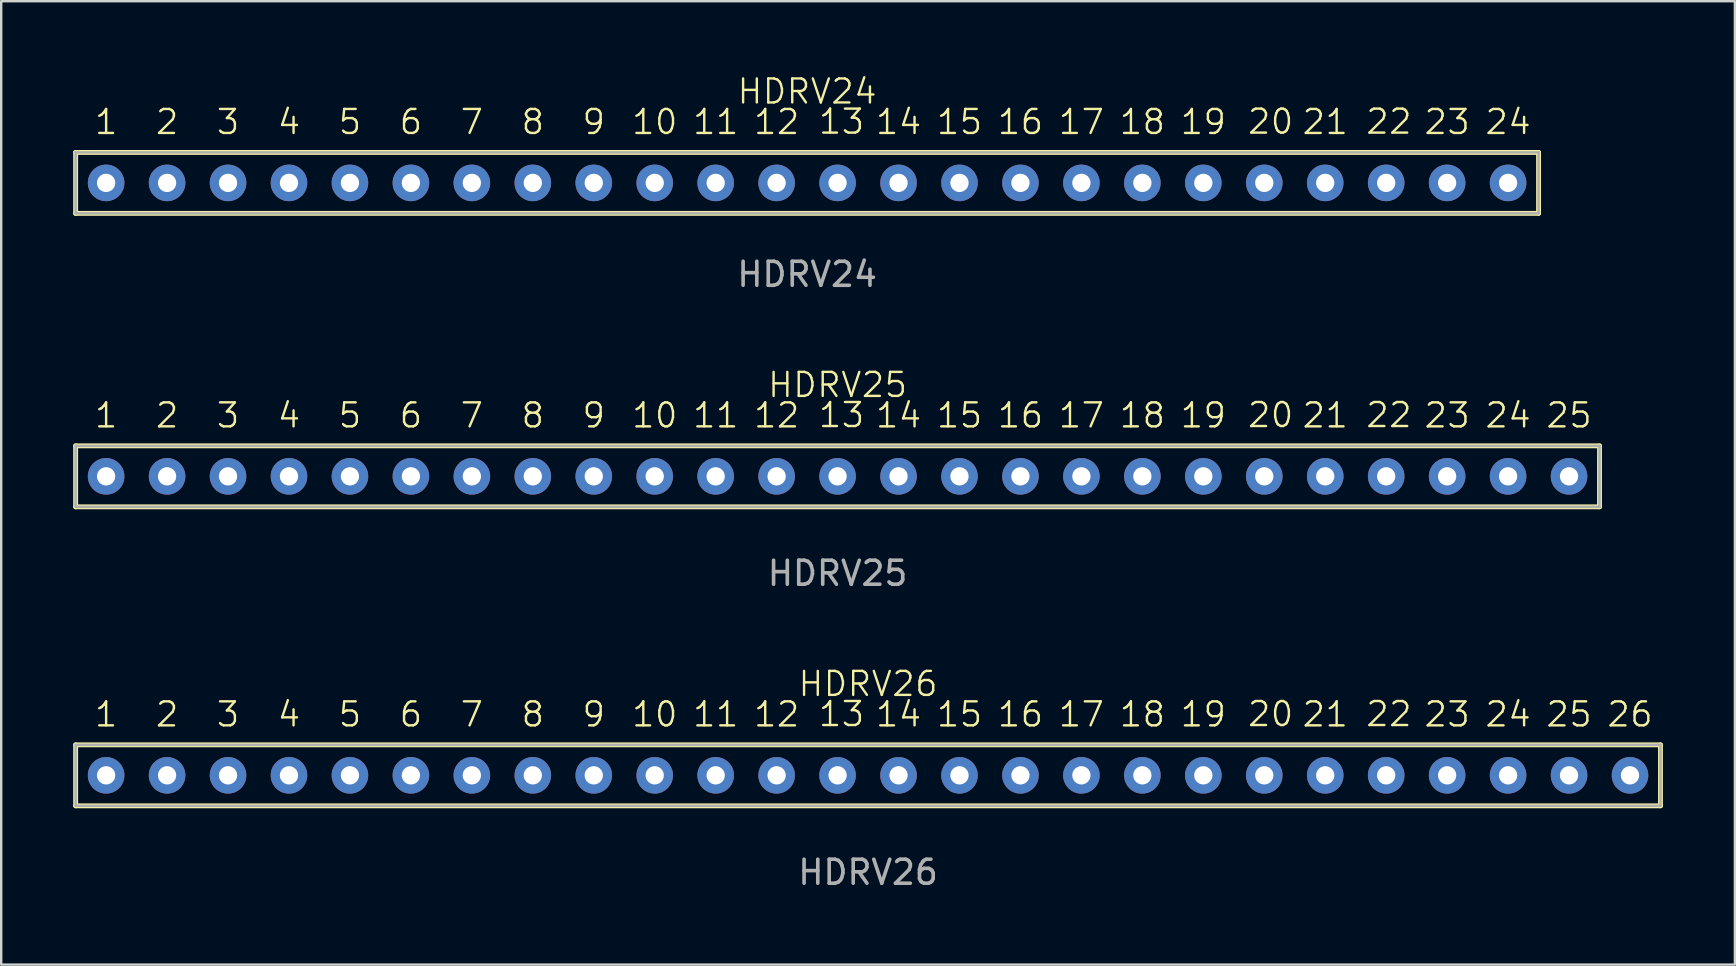
<source format=kicad_pcb>
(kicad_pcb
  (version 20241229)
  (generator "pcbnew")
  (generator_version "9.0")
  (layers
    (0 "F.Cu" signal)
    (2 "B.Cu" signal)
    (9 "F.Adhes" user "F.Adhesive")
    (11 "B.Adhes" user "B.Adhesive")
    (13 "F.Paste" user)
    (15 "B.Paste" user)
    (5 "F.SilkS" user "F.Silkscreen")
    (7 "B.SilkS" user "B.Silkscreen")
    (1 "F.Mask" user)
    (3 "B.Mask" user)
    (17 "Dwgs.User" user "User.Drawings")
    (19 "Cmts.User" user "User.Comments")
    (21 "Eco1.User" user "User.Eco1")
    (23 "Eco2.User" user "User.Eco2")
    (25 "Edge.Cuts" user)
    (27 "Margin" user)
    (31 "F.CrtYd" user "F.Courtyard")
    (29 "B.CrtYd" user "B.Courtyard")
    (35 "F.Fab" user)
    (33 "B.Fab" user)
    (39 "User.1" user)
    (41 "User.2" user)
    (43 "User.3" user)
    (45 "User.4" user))
  (footprint "HDRV25"
    (layer "F.Cu")
    (at 31.852 16.799)
    (property "Reference" "HDRV25" (at 0 -3.81 0) (unlocked yes) (layer "F.SilkS") (effects (font (size 1 1) (thickness 0.1))))
    (attr through_hole)
    (fp_line (start -31.75 -1.27) (end 31.75 -1.27) (stroke (width 0.203) (type default)) (layer "F.SilkS"))
    (fp_line (start -31.75 1.27) (end -31.75 -1.27) (stroke (width 0.203) (type default)) (layer "F.SilkS"))
    (fp_line (start 31.75 -1.27) (end 31.75 1.27) (stroke (width 0.203) (type default)) (layer "F.SilkS"))
    (fp_line (start 31.75 1.27) (end -31.75 1.27) (stroke (width 0.203) (type default)) (layer "F.SilkS"))
    (fp_line (start -31.75 -1.27) (end 31.75 -1.27) (stroke (width 0.102) (type default)) (layer "F.Fab"))
    (fp_line (start -31.75 1.27) (end -31.75 -1.27) (stroke (width 0.102) (type default)) (layer "F.Fab"))
    (fp_line (start 31.75 -1.27) (end 31.75 1.27) (stroke (width 0.102) (type default)) (layer "F.Fab"))
    (fp_line (start 31.75 1.27) (end -31.75 1.27) (stroke (width 0.102) (type default)) (layer "F.Fab"))
    (fp_text user "21" (at 20.32 -2.54 0) (unlocked yes) (layer "F.SilkS") (effects (font (size 1 1) (thickness 0.1))))
    (fp_text user "7" (at -15.24 -2.54 0) (unlocked yes) (layer "F.SilkS") (effects (font (size 1 1) (thickness 0.1))))
    (fp_text user "1" (at -30.48 -2.54 0) (unlocked yes) (layer "F.SilkS") (effects (font (size 1 1) (thickness 0.1))))
    (fp_text user "25" (at 30.48 -2.54 0) (unlocked yes) (layer "F.SilkS") (effects (font (size 1 1) (thickness 0.1))))
    (fp_text user "24" (at 27.94 -2.54 0) (unlocked yes) (layer "F.SilkS") (effects (font (size 1 1) (thickness 0.1))))
    (fp_text user "16" (at 7.62 -2.54 0) (unlocked yes) (layer "F.SilkS") (effects (font (size 1 1) (thickness 0.1))))
    (fp_text user "4" (at -22.86 -2.54 0) (unlocked yes) (layer "F.SilkS") (effects (font (size 1 1) (thickness 0.1))))
    (fp_text user "14" (at 2.54 -2.54 0) (unlocked yes) (layer "F.SilkS") (effects (font (size 1 1) (thickness 0.1))))
    (fp_text user "3" (at -25.4 -2.54 0) (unlocked yes) (layer "F.SilkS") (effects (font (size 1 1) (thickness 0.1))))
    (fp_text user "13" (at 0.164 -2.554 0) (unlocked yes) (layer "F.SilkS") (effects (font (size 1 1) (thickness 0.1))))
    (fp_text user "22" (at 22.973 -2.554 0) (unlocked yes) (layer "F.SilkS") (effects (font (size 1 1) (thickness 0.1))))
    (fp_text user "5" (at -20.32 -2.54 0) (unlocked yes) (layer "F.SilkS") (effects (font (size 1 1) (thickness 0.1))))
    (fp_text user "18" (at 12.7 -2.54 0) (unlocked yes) (layer "F.SilkS") (effects (font (size 1 1) (thickness 0.1))))
    (fp_text user "20" (at 18.043 -2.554 0) (unlocked yes) (layer "F.SilkS") (effects (font (size 1 1) (thickness 0.1))))
    (fp_text user "19" (at 15.24 -2.54 0) (unlocked yes) (layer "F.SilkS") (effects (font (size 1 1) (thickness 0.1))))
    (fp_text user "17" (at 10.16 -2.54 0) (unlocked yes) (layer "F.SilkS") (effects (font (size 1 1) (thickness 0.1))))
    (fp_text user "2" (at -27.94 -2.54 0) (unlocked yes) (layer "F.SilkS") (effects (font (size 1 1) (thickness 0.1))))
    (fp_text user "11" (at -5.08 -2.54 0) (unlocked yes) (layer "F.SilkS") (effects (font (size 1 1) (thickness 0.1))))
    (fp_text user "12" (at -2.54 -2.54 0) (unlocked yes) (layer "F.SilkS") (effects (font (size 1 1) (thickness 0.1))))
    (fp_text user "10" (at -7.62 -2.54 0) (unlocked yes) (layer "F.SilkS") (effects (font (size 1 1) (thickness 0.1))))
    (fp_text user "23" (at 25.4 -2.54 0) (unlocked yes) (layer "F.SilkS") (effects (font (size 1 1) (thickness 0.1))))
    (fp_text user "9" (at -10.16 -2.54 0) (unlocked yes) (layer "F.SilkS") (effects (font (size 1 1) (thickness 0.1))))
    (fp_text user "6" (at -17.78 -2.54 0) (unlocked yes) (layer "F.SilkS") (effects (font (size 1 1) (thickness 0.1))))
    (fp_text user "8" (at -12.7 -2.54 0) (unlocked yes) (layer "F.SilkS") (effects (font (size 1 1) (thickness 0.1))))
    (fp_text user "15" (at 5.08 -2.54 0) (unlocked yes) (layer "F.SilkS") (effects (font (size 1 1) (thickness 0.1))))
    (fp_text user "${REFERENCE}" (at 0 4.04 0) (unlocked yes) (layer "F.Fab") (effects (font (size 1 1) (thickness 0.15))))
    (pad "1" thru_hole circle (at -30.48 0) (size 1.524 1.524) (drill 0.762) (layers "*.Cu" "*.Mask"))
    (pad "2" thru_hole circle (at -27.94 0) (size 1.524 1.524) (drill 0.762) (layers "*.Cu" "*.Mask"))
    (pad "3" thru_hole circle (at -25.4 0) (size 1.524 1.524) (drill 0.762) (layers "*.Cu" "*.Mask"))
    (pad "4" thru_hole circle (at -22.86 0) (size 1.524 1.524) (drill 0.762) (layers "*.Cu" "*.Mask"))
    (pad "5" thru_hole circle (at -20.32 0) (size 1.524 1.524) (drill 0.762) (layers "*.Cu" "*.Mask"))
    (pad "6" thru_hole circle (at -17.78 0) (size 1.524 1.524) (drill 0.762) (layers "*.Cu" "*.Mask"))
    (pad "7" thru_hole circle (at -15.24 0) (size 1.524 1.524) (drill 0.762) (layers "*.Cu" "*.Mask"))
    (pad "8" thru_hole circle (at -12.7 0) (size 1.524 1.524) (drill 0.762) (layers "*.Cu" "*.Mask"))
    (pad "9" thru_hole circle (at -10.16 0) (size 1.524 1.524) (drill 0.762) (layers "*.Cu" "*.Mask"))
    (pad "10" thru_hole circle (at -7.62 0) (size 1.524 1.524) (drill 0.762) (layers "*.Cu" "*.Mask"))
    (pad "11" thru_hole circle (at -5.08 0) (size 1.524 1.524) (drill 0.762) (layers "*.Cu" "*.Mask"))
    (pad "12" thru_hole circle (at -2.54 0) (size 1.524 1.524) (drill 0.762) (layers "*.Cu" "*.Mask"))
    (pad "13" thru_hole circle (at 0 0) (size 1.524 1.524) (drill 0.762) (layers "*.Cu" "*.Mask"))
    (pad "14" thru_hole circle (at 2.54 0) (size 1.524 1.524) (drill 0.762) (layers "*.Cu" "*.Mask"))
    (pad "15" thru_hole circle (at 5.08 0) (size 1.524 1.524) (drill 0.762) (layers "*.Cu" "*.Mask"))
    (pad "16" thru_hole circle (at 7.62 0) (size 1.524 1.524) (drill 0.762) (layers "*.Cu" "*.Mask"))
    (pad "17" thru_hole circle (at 10.16 0) (size 1.524 1.524) (drill 0.762) (layers "*.Cu" "*.Mask"))
    (pad "18" thru_hole circle (at 12.7 0) (size 1.524 1.524) (drill 0.762) (layers "*.Cu" "*.Mask"))
    (pad "19" thru_hole circle (at 15.24 0) (size 1.524 1.524) (drill 0.762) (layers "*.Cu" "*.Mask"))
    (pad "20" thru_hole circle (at 17.78 0) (size 1.524 1.524) (drill 0.762) (layers "*.Cu" "*.Mask"))
    (pad "21" thru_hole circle (at 20.32 0) (size 1.524 1.524) (drill 0.762) (layers "*.Cu" "*.Mask"))
    (pad "22" thru_hole circle (at 22.86 0) (size 1.524 1.524) (drill 0.762) (layers "*.Cu" "*.Mask"))
    (pad "23" thru_hole circle (at 25.4 0) (size 1.524 1.524) (drill 0.762) (layers "*.Cu" "*.Mask"))
    (pad "24" thru_hole circle (at 27.94 0) (size 1.524 1.524) (drill 0.762) (layers "*.Cu" "*.Mask"))
    (pad "25" thru_hole circle (at 30.48 0) (size 1.524 1.524) (drill 0.762) (layers "*.Cu" "*.Mask")))
  (footprint "HDRV26"
    (layer "F.Cu")
    (at 33.122 29.258)
    (property "Reference" "HDRV26" (at 0 -3.81 0) (unlocked yes) (layer "F.SilkS") (effects (font (size 1 1) (thickness 0.1))))
    (attr through_hole)
    (fp_line (start -33.02 -1.27) (end 33.02 -1.27) (stroke (width 0.203) (type default)) (layer "F.SilkS"))
    (fp_line (start -33.02 1.27) (end -33.02 -1.27) (stroke (width 0.203) (type default)) (layer "F.SilkS"))
    (fp_line (start 33.02 -1.27) (end 33.02 1.27) (stroke (width 0.203) (type default)) (layer "F.SilkS"))
    (fp_line (start 33.02 1.27) (end -33.02 1.27) (stroke (width 0.203) (type default)) (layer "F.SilkS"))
    (fp_line (start -33.02 -1.27) (end 33.02 -1.27) (stroke (width 0.102) (type default)) (layer "F.Fab"))
    (fp_line (start -33.02 1.27) (end -33.02 -1.27) (stroke (width 0.102) (type default)) (layer "F.Fab"))
    (fp_line (start 33.02 -1.27) (end 33.02 1.27) (stroke (width 0.102) (type default)) (layer "F.Fab"))
    (fp_line (start 33.02 1.27) (end -33.02 1.27) (stroke (width 0.102) (type default)) (layer "F.Fab"))
    (fp_text user "7" (at -16.51 -2.54 0) (unlocked yes) (layer "F.SilkS") (effects (font (size 1 1) (thickness 0.1))))
    (fp_text user "3" (at -26.67 -2.54 0) (unlocked yes) (layer "F.SilkS") (effects (font (size 1 1) (thickness 0.1))))
    (fp_text user "18" (at 11.43 -2.54 0) (unlocked yes) (layer "F.SilkS") (effects (font (size 1 1) (thickness 0.1))))
    (fp_text user "14" (at 1.27 -2.54 0) (unlocked yes) (layer "F.SilkS") (effects (font (size 1 1) (thickness 0.1))))
    (fp_text user "26" (at 31.75 -2.54 0) (unlocked yes) (layer "F.SilkS") (effects (font (size 1 1) (thickness 0.1))))
    (fp_text user "9" (at -11.43 -2.54 0) (unlocked yes) (layer "F.SilkS") (effects (font (size 1 1) (thickness 0.1))))
    (fp_text user "15" (at 3.81 -2.54 0) (unlocked yes) (layer "F.SilkS") (effects (font (size 1 1) (thickness 0.1))))
    (fp_text user "6" (at -19.05 -2.54 0) (unlocked yes) (layer "F.SilkS") (effects (font (size 1 1) (thickness 0.1))))
    (fp_text user "19" (at 13.97 -2.54 0) (unlocked yes) (layer "F.SilkS") (effects (font (size 1 1) (thickness 0.1))))
    (fp_text user "17" (at 8.89 -2.54 0) (unlocked yes) (layer "F.SilkS") (effects (font (size 1 1) (thickness 0.1))))
    (fp_text user "20" (at 16.773 -2.554 0) (unlocked yes) (layer "F.SilkS") (effects (font (size 1 1) (thickness 0.1))))
    (fp_text user "11" (at -6.35 -2.54 0) (unlocked yes) (layer "F.SilkS") (effects (font (size 1 1) (thickness 0.1))))
    (fp_text user "1" (at -31.75 -2.54 0) (unlocked yes) (layer "F.SilkS") (effects (font (size 1 1) (thickness 0.1))))
    (fp_text user "12" (at -3.81 -2.54 0) (unlocked yes) (layer "F.SilkS") (effects (font (size 1 1) (thickness 0.1))))
    (fp_text user "8" (at -13.97 -2.54 0) (unlocked yes) (layer "F.SilkS") (effects (font (size 1 1) (thickness 0.1))))
    (fp_text user "21" (at 19.05 -2.54 0) (unlocked yes) (layer "F.SilkS") (effects (font (size 1 1) (thickness 0.1))))
    (fp_text user "2" (at -29.21 -2.54 0) (unlocked yes) (layer "F.SilkS") (effects (font (size 1 1) (thickness 0.1))))
    (fp_text user "24" (at 26.67 -2.54 0) (unlocked yes) (layer "F.SilkS") (effects (font (size 1 1) (thickness 0.1))))
    (fp_text user "10" (at -8.89 -2.54 0) (unlocked yes) (layer "F.SilkS") (effects (font (size 1 1) (thickness 0.1))))
    (fp_text user "13" (at -1.106 -2.554 0) (unlocked yes) (layer "F.SilkS") (effects (font (size 1 1) (thickness 0.1))))
    (fp_text user "16" (at 6.35 -2.54 0) (unlocked yes) (layer "F.SilkS") (effects (font (size 1 1) (thickness 0.1))))
    (fp_text user "25" (at 29.21 -2.54 0) (unlocked yes) (layer "F.SilkS") (effects (font (size 1 1) (thickness 0.1))))
    (fp_text user "23" (at 24.13 -2.54 0) (unlocked yes) (layer "F.SilkS") (effects (font (size 1 1) (thickness 0.1))))
    (fp_text user "4" (at -24.13 -2.54 0) (unlocked yes) (layer "F.SilkS") (effects (font (size 1 1) (thickness 0.1))))
    (fp_text user "5" (at -21.59 -2.54 0) (unlocked yes) (layer "F.SilkS") (effects (font (size 1 1) (thickness 0.1))))
    (fp_text user "22" (at 21.703 -2.554 0) (unlocked yes) (layer "F.SilkS") (effects (font (size 1 1) (thickness 0.1))))
    (fp_text user "${REFERENCE}" (at 0 4.04 0) (unlocked yes) (layer "F.Fab") (effects (font (size 1 1) (thickness 0.15))))
    (pad "1" thru_hole circle (at -31.75 0) (size 1.524 1.524) (drill 0.762) (layers "*.Cu" "*.Mask"))
    (pad "2" thru_hole circle (at -29.21 0) (size 1.524 1.524) (drill 0.762) (layers "*.Cu" "*.Mask"))
    (pad "3" thru_hole circle (at -26.67 0) (size 1.524 1.524) (drill 0.762) (layers "*.Cu" "*.Mask"))
    (pad "4" thru_hole circle (at -24.13 0) (size 1.524 1.524) (drill 0.762) (layers "*.Cu" "*.Mask"))
    (pad "5" thru_hole circle (at -21.59 0) (size 1.524 1.524) (drill 0.762) (layers "*.Cu" "*.Mask"))
    (pad "6" thru_hole circle (at -19.05 0) (size 1.524 1.524) (drill 0.762) (layers "*.Cu" "*.Mask"))
    (pad "7" thru_hole circle (at -16.51 0) (size 1.524 1.524) (drill 0.762) (layers "*.Cu" "*.Mask"))
    (pad "8" thru_hole circle (at -13.97 0) (size 1.524 1.524) (drill 0.762) (layers "*.Cu" "*.Mask"))
    (pad "9" thru_hole circle (at -11.43 0) (size 1.524 1.524) (drill 0.762) (layers "*.Cu" "*.Mask"))
    (pad "10" thru_hole circle (at -8.89 0) (size 1.524 1.524) (drill 0.762) (layers "*.Cu" "*.Mask"))
    (pad "11" thru_hole circle (at -6.35 0) (size 1.524 1.524) (drill 0.762) (layers "*.Cu" "*.Mask"))
    (pad "12" thru_hole circle (at -3.81 0) (size 1.524 1.524) (drill 0.762) (layers "*.Cu" "*.Mask"))
    (pad "13" thru_hole circle (at -1.27 0) (size 1.524 1.524) (drill 0.762) (layers "*.Cu" "*.Mask"))
    (pad "14" thru_hole circle (at 1.27 0) (size 1.524 1.524) (drill 0.762) (layers "*.Cu" "*.Mask"))
    (pad "15" thru_hole circle (at 3.81 0) (size 1.524 1.524) (drill 0.762) (layers "*.Cu" "*.Mask"))
    (pad "16" thru_hole circle (at 6.35 0) (size 1.524 1.524) (drill 0.762) (layers "*.Cu" "*.Mask"))
    (pad "17" thru_hole circle (at 8.89 0) (size 1.524 1.524) (drill 0.762) (layers "*.Cu" "*.Mask"))
    (pad "18" thru_hole circle (at 11.43 0) (size 1.524 1.524) (drill 0.762) (layers "*.Cu" "*.Mask"))
    (pad "19" thru_hole circle (at 13.97 0) (size 1.524 1.524) (drill 0.762) (layers "*.Cu" "*.Mask"))
    (pad "20" thru_hole circle (at 16.51 0) (size 1.524 1.524) (drill 0.762) (layers "*.Cu" "*.Mask"))
    (pad "21" thru_hole circle (at 19.05 0) (size 1.524 1.524) (drill 0.762) (layers "*.Cu" "*.Mask"))
    (pad "22" thru_hole circle (at 21.59 0) (size 1.524 1.524) (drill 0.762) (layers "*.Cu" "*.Mask"))
    (pad "23" thru_hole circle (at 24.13 0) (size 1.524 1.524) (drill 0.762) (layers "*.Cu" "*.Mask"))
    (pad "24" thru_hole circle (at 26.67 0) (size 1.524 1.524) (drill 0.762) (layers "*.Cu" "*.Mask"))
    (pad "25" thru_hole circle (at 29.21 0) (size 1.524 1.524) (drill 0.762) (layers "*.Cu" "*.Mask"))
    (pad "26" thru_hole circle (at 31.75 0) (size 1.524 1.524) (drill 0.762) (layers "*.Cu" "*.Mask")))
  (footprint "HDRV24"
    (layer "F.Cu")
    (at 30.582 4.571)
    (property "Reference" "HDRV24" (at 0 -3.81 0) (unlocked yes) (layer "F.SilkS") (effects (font (size 1 1) (thickness 0.1))))
    (attr through_hole)
    (fp_line (start -30.48 -1.27) (end 30.48 -1.27) (stroke (width 0.203) (type default)) (layer "F.SilkS"))
    (fp_line (start -30.48 1.27) (end -30.48 -1.27) (stroke (width 0.203) (type default)) (layer "F.SilkS"))
    (fp_line (start 30.48 -1.27) (end 30.48 1.27) (stroke (width 0.203) (type default)) (layer "F.SilkS"))
    (fp_line (start 30.48 1.27) (end -30.48 1.27) (stroke (width 0.203) (type default)) (layer "F.SilkS"))
    (fp_line (start -30.48 -1.27) (end 30.48 -1.27) (stroke (width 0.102) (type default)) (layer "F.Fab"))
    (fp_line (start -30.48 1.27) (end -30.48 -1.27) (stroke (width 0.102) (type default)) (layer "F.Fab"))
    (fp_line (start 30.48 -1.27) (end 30.48 1.27) (stroke (width 0.102) (type default)) (layer "F.Fab"))
    (fp_line (start 30.48 1.27) (end -30.48 1.27) (stroke (width 0.102) (type default)) (layer "F.Fab"))
    (fp_text user "13" (at 1.434 -2.554 0) (unlocked yes) (layer "F.SilkS") (effects (font (size 1 1) (thickness 0.1))))
    (fp_text user "7" (at -13.97 -2.54 0) (unlocked yes) (layer "F.SilkS") (effects (font (size 1 1) (thickness 0.1))))
    (fp_text user "20" (at 19.313 -2.554 0) (unlocked yes) (layer "F.SilkS") (effects (font (size 1 1) (thickness 0.1))))
    (fp_text user "19" (at 16.51 -2.54 0) (unlocked yes) (layer "F.SilkS") (effects (font (size 1 1) (thickness 0.1))))
    (fp_text user "11" (at -3.81 -2.54 0) (unlocked yes) (layer "F.SilkS") (effects (font (size 1 1) (thickness 0.1))))
    (fp_text user "6" (at -16.51 -2.54 0) (unlocked yes) (layer "F.SilkS") (effects (font (size 1 1) (thickness 0.1))))
    (fp_text user "4" (at -21.59 -2.54 0) (unlocked yes) (layer "F.SilkS") (effects (font (size 1 1) (thickness 0.1))))
    (fp_text user "1" (at -29.21 -2.54 0) (unlocked yes) (layer "F.SilkS") (effects (font (size 1 1) (thickness 0.1))))
    (fp_text user "16" (at 8.89 -2.54 0) (unlocked yes) (layer "F.SilkS") (effects (font (size 1 1) (thickness 0.1))))
    (fp_text user "14" (at 3.81 -2.54 0) (unlocked yes) (layer "F.SilkS") (effects (font (size 1 1) (thickness 0.1))))
    (fp_text user "18" (at 13.97 -2.54 0) (unlocked yes) (layer "F.SilkS") (effects (font (size 1 1) (thickness 0.1))))
    (fp_text user "22" (at 24.243 -2.554 0) (unlocked yes) (layer "F.SilkS") (effects (font (size 1 1) (thickness 0.1))))
    (fp_text user "2" (at -26.67 -2.54 0) (unlocked yes) (layer "F.SilkS") (effects (font (size 1 1) (thickness 0.1))))
    (fp_text user "15" (at 6.35 -2.54 0) (unlocked yes) (layer "F.SilkS") (effects (font (size 1 1) (thickness 0.1))))
    (fp_text user "21" (at 21.59 -2.54 0) (unlocked yes) (layer "F.SilkS") (effects (font (size 1 1) (thickness 0.1))))
    (fp_text user "9" (at -8.89 -2.54 0) (unlocked yes) (layer "F.SilkS") (effects (font (size 1 1) (thickness 0.1))))
    (fp_text user "12" (at -1.27 -2.54 0) (unlocked yes) (layer "F.SilkS") (effects (font (size 1 1) (thickness 0.1))))
    (fp_text user "24" (at 29.21 -2.54 0) (unlocked yes) (layer "F.SilkS") (effects (font (size 1 1) (thickness 0.1))))
    (fp_text user "5" (at -19.05 -2.54 0) (unlocked yes) (layer "F.SilkS") (effects (font (size 1 1) (thickness 0.1))))
    (fp_text user "23" (at 26.67 -2.54 0) (unlocked yes) (layer "F.SilkS") (effects (font (size 1 1) (thickness 0.1))))
    (fp_text user "8" (at -11.43 -2.54 0) (unlocked yes) (layer "F.SilkS") (effects (font (size 1 1) (thickness 0.1))))
    (fp_text user "17" (at 11.43 -2.54 0) (unlocked yes) (layer "F.SilkS") (effects (font (size 1 1) (thickness 0.1))))
    (fp_text user "3" (at -24.13 -2.54 0) (unlocked yes) (layer "F.SilkS") (effects (font (size 1 1) (thickness 0.1))))
    (fp_text user "10" (at -6.35 -2.54 0) (unlocked yes) (layer "F.SilkS") (effects (font (size 1 1) (thickness 0.1))))
    (fp_text user "${REFERENCE}" (at 0 3.81 0) (unlocked yes) (layer "F.Fab") (effects (font (size 1 1) (thickness 0.15))))
    (pad "1" thru_hole circle (at -29.21 0) (size 1.524 1.524) (drill 0.762) (layers "*.Cu" "*.Mask"))
    (pad "2" thru_hole circle (at -26.67 0) (size 1.524 1.524) (drill 0.762) (layers "*.Cu" "*.Mask"))
    (pad "3" thru_hole circle (at -24.13 0) (size 1.524 1.524) (drill 0.762) (layers "*.Cu" "*.Mask"))
    (pad "4" thru_hole circle (at -21.59 0) (size 1.524 1.524) (drill 0.762) (layers "*.Cu" "*.Mask"))
    (pad "5" thru_hole circle (at -19.05 0) (size 1.524 1.524) (drill 0.762) (layers "*.Cu" "*.Mask"))
    (pad "6" thru_hole circle (at -16.51 0) (size 1.524 1.524) (drill 0.762) (layers "*.Cu" "*.Mask"))
    (pad "7" thru_hole circle (at -13.97 0) (size 1.524 1.524) (drill 0.762) (layers "*.Cu" "*.Mask"))
    (pad "8" thru_hole circle (at -11.43 0) (size 1.524 1.524) (drill 0.762) (layers "*.Cu" "*.Mask"))
    (pad "9" thru_hole circle (at -8.89 0) (size 1.524 1.524) (drill 0.762) (layers "*.Cu" "*.Mask"))
    (pad "10" thru_hole circle (at -6.35 0) (size 1.524 1.524) (drill 0.762) (layers "*.Cu" "*.Mask"))
    (pad "11" thru_hole circle (at -3.81 0) (size 1.524 1.524) (drill 0.762) (layers "*.Cu" "*.Mask"))
    (pad "12" thru_hole circle (at -1.27 0) (size 1.524 1.524) (drill 0.762) (layers "*.Cu" "*.Mask"))
    (pad "13" thru_hole circle (at 1.27 0) (size 1.524 1.524) (drill 0.762) (layers "*.Cu" "*.Mask"))
    (pad "14" thru_hole circle (at 3.81 0) (size 1.524 1.524) (drill 0.762) (layers "*.Cu" "*.Mask"))
    (pad "15" thru_hole circle (at 6.35 0) (size 1.524 1.524) (drill 0.762) (layers "*.Cu" "*.Mask"))
    (pad "16" thru_hole circle (at 8.89 0) (size 1.524 1.524) (drill 0.762) (layers "*.Cu" "*.Mask"))
    (pad "17" thru_hole circle (at 11.43 0) (size 1.524 1.524) (drill 0.762) (layers "*.Cu" "*.Mask"))
    (pad "18" thru_hole circle (at 13.97 0) (size 1.524 1.524) (drill 0.762) (layers "*.Cu" "*.Mask"))
    (pad "19" thru_hole circle (at 16.51 0) (size 1.524 1.524) (drill 0.762) (layers "*.Cu" "*.Mask"))
    (pad "20" thru_hole circle (at 19.05 0) (size 1.524 1.524) (drill 0.762) (layers "*.Cu" "*.Mask"))
    (pad "21" thru_hole circle (at 21.59 0) (size 1.524 1.524) (drill 0.762) (layers "*.Cu" "*.Mask"))
    (pad "22" thru_hole circle (at 24.13 0) (size 1.524 1.524) (drill 0.762) (layers "*.Cu" "*.Mask"))
    (pad "23" thru_hole circle (at 26.67 0) (size 1.524 1.524) (drill 0.762) (layers "*.Cu" "*.Mask"))
    (pad "24" thru_hole circle (at 29.21 0) (size 1.524 1.524) (drill 0.762) (layers "*.Cu" "*.Mask")))
  (gr_rect
    (start -3 -3)
    (end 69.243 37.146)
    (stroke (width 0.1) (type default))
    (fill no)
    (layer "Edge.Cuts")))
</source>
